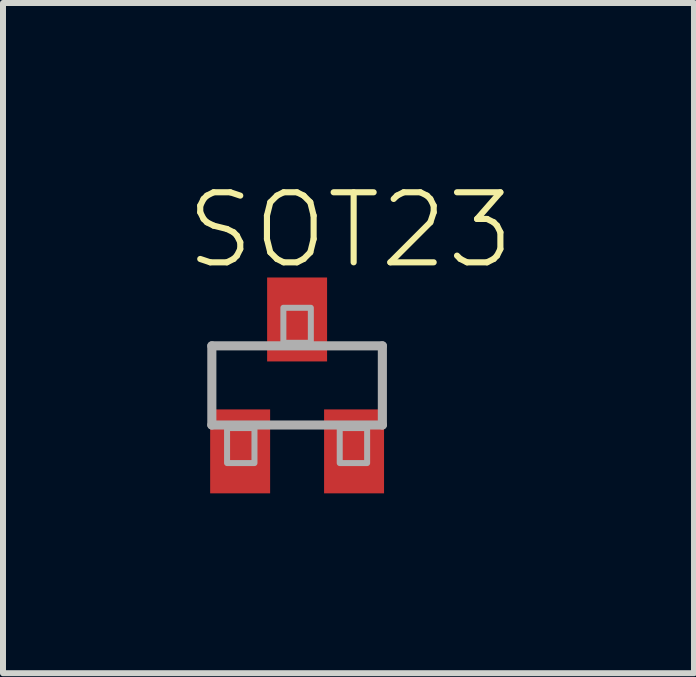
<source format=kicad_pcb>
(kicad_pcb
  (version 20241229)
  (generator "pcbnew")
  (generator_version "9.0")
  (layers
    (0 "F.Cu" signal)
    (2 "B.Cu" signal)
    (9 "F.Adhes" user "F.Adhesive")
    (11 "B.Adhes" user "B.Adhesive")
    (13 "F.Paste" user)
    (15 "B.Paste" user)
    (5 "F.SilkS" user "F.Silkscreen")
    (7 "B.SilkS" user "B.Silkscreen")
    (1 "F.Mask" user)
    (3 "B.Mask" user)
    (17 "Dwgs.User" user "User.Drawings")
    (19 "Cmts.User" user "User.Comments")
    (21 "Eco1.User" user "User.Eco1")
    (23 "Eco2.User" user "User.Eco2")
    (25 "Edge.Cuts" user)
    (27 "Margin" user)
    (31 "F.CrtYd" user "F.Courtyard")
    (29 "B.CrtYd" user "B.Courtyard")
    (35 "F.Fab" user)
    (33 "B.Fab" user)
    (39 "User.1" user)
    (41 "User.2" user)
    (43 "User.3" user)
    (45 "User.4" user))
  (footprint "SOT23"
    (layer "F.Cu")
    (at 1.905 3.378)
    (property "Reference" "SOT23" (at -1.905 -1.905 0) (layer "F.SilkS") (effects (font (size 1.168 1.168) (thickness 0.102)) (justify left bottom)))
    (fp_line (start -1.422 -0.66) (end 1.422 -0.66) (stroke (width 0.152) (type solid)) (layer "F.Fab"))
    (fp_line (start -1.422 0.66) (end -1.422 -0.66) (stroke (width 0.152) (type solid)) (layer "F.Fab"))
    (fp_line (start 1.422 -0.66) (end 1.422 0.66) (stroke (width 0.152) (type solid)) (layer "F.Fab"))
    (fp_line (start 1.422 0.66) (end -1.422 0.66) (stroke (width 0.152) (type solid)) (layer "F.Fab"))
    (fp_poly (pts (xy -1.168 1.295) (xy -0.711 1.295) (xy -0.711 0.711) (xy -1.168 0.711)) (stroke (width 0.1) (type solid)) (fill no) (layer "F.Fab"))
    (fp_poly (pts (xy -0.229 -0.711) (xy 0.229 -0.711) (xy 0.229 -1.295) (xy -0.229 -1.295)) (stroke (width 0.1) (type solid)) (fill no) (layer "F.Fab"))
    (fp_poly (pts (xy 0.711 1.295) (xy 1.168 1.295) (xy 1.168 0.711) (xy 0.711 0.711)) (stroke (width 0.1) (type solid)) (fill no) (layer "F.Fab"))
    (pad "1" smd rect (at -0.95 1.1) (size 1 1.4) (layers "F.Cu" "F.Mask" "F.Paste"))
    (pad "2" smd rect (at 0.95 1.1) (size 1 1.4) (layers "F.Cu" "F.Mask" "F.Paste"))
    (pad "3" smd rect (at 0 -1.1) (size 1 1.4) (layers "F.Cu" "F.Mask" "F.Paste")))
  (gr_rect
    (start -3 -3)
    (end 8.524 8.178)
    (stroke (width 0.1) (type default))
    (fill no)
    (layer "Edge.Cuts")))
</source>
